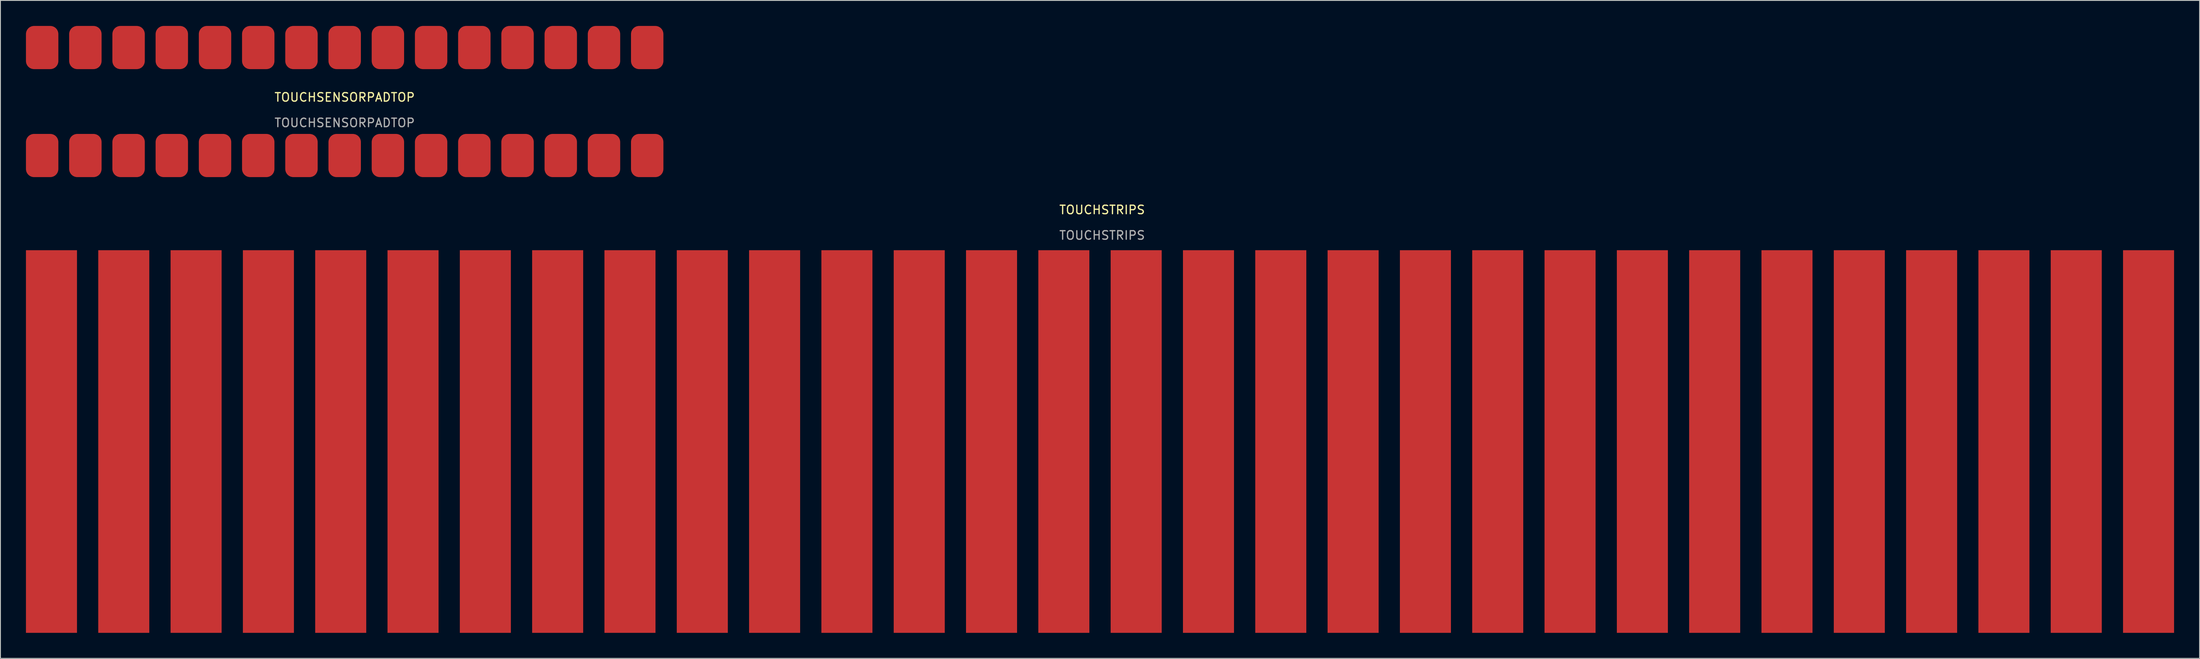
<source format=kicad_pcb>
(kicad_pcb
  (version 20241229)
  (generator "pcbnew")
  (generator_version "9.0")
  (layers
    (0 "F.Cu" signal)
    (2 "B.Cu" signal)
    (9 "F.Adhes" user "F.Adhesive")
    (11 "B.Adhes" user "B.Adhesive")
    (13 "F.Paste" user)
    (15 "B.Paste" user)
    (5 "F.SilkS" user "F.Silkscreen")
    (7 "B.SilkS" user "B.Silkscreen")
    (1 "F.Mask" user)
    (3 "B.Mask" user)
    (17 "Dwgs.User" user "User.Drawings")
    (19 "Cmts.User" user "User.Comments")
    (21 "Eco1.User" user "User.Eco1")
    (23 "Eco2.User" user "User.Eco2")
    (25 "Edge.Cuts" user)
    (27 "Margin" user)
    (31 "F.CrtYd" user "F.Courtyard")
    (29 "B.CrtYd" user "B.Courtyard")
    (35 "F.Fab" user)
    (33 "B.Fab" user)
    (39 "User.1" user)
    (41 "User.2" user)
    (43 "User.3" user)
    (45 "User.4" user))
  (footprint "TOUCHSTRIPS"
    (layer "F.Cu")
    (at 126.25 48.878)
    (property "Reference" "TOUCHSTRIPS" (at 0.25 -27.25 0) (unlocked yes) (layer "F.SilkS") (effects (font (size 1 1) (thickness 0.15))))
    (attr smd)
    (fp_text user "${REFERENCE}" (at 0.25 -24.25 0) (unlocked yes) (layer "F.Fab") (effects (font (size 1 1) (thickness 0.15))))
    (pad "1" smd rect (at -123.25 0) (size 6 45) (layers "F.Cu" "F.Mask" "F.Paste"))
    (pad "2" smd rect (at -114.75 0) (size 6 45) (layers "F.Cu" "F.Mask" "F.Paste"))
    (pad "3" smd rect (at -106.25 0) (size 6 45) (layers "F.Cu" "F.Mask" "F.Paste"))
    (pad "4" smd rect (at -97.75 0) (size 6 45) (layers "F.Cu" "F.Mask" "F.Paste"))
    (pad "5" smd rect (at -89.25 0) (size 6 45) (layers "F.Cu" "F.Mask" "F.Paste"))
    (pad "6" smd rect (at -80.75 0) (size 6 45) (layers "F.Cu" "F.Mask" "F.Paste"))
    (pad "7" smd rect (at -72.25 0) (size 6 45) (layers "F.Cu" "F.Mask" "F.Paste"))
    (pad "8" smd rect (at -63.75 0) (size 6 45) (layers "F.Cu" "F.Mask" "F.Paste"))
    (pad "9" smd rect (at -55.25 0) (size 6 45) (layers "F.Cu" "F.Mask" "F.Paste"))
    (pad "10" smd rect (at -46.75 0) (size 6 45) (layers "F.Cu" "F.Mask" "F.Paste"))
    (pad "11" smd rect (at -38.25 0) (size 6 45) (layers "F.Cu" "F.Mask" "F.Paste"))
    (pad "12" smd rect (at -29.75 0) (size 6 45) (layers "F.Cu" "F.Mask" "F.Paste"))
    (pad "13" smd rect (at -21.25 0) (size 6 45) (layers "F.Cu" "F.Mask" "F.Paste"))
    (pad "14" smd rect (at -12.75 0) (size 6 45) (layers "F.Cu" "F.Mask" "F.Paste"))
    (pad "15" smd rect (at -4.25 0) (size 6 45) (layers "F.Cu" "F.Mask" "F.Paste"))
    (pad "16" smd rect (at 4.25 0) (size 6 45) (layers "F.Cu" "F.Mask" "F.Paste"))
    (pad "17" smd rect (at 12.75 0) (size 6 45) (layers "F.Cu" "F.Mask" "F.Paste"))
    (pad "18" smd rect (at 21.25 0) (size 6 45) (layers "F.Cu" "F.Mask" "F.Paste"))
    (pad "19" smd rect (at 29.75 0) (size 6 45) (layers "F.Cu" "F.Mask" "F.Paste"))
    (pad "20" smd rect (at 38.25 0) (size 6 45) (layers "F.Cu" "F.Mask" "F.Paste"))
    (pad "21" smd rect (at 46.75 0) (size 6 45) (layers "F.Cu" "F.Mask" "F.Paste"))
    (pad "22" smd rect (at 55.25 0) (size 6 45) (layers "F.Cu" "F.Mask" "F.Paste"))
    (pad "23" smd rect (at 63.75 0) (size 6 45) (layers "F.Cu" "F.Mask" "F.Paste"))
    (pad "24" smd rect (at 72.25 0) (size 6 45) (layers "F.Cu" "F.Mask" "F.Paste"))
    (pad "25" smd rect (at 80.75 0) (size 6 45) (layers "F.Cu" "F.Mask" "F.Paste"))
    (pad "26" smd rect (at 89.25 0) (size 6 45) (layers "F.Cu" "F.Mask" "F.Paste"))
    (pad "27" smd rect (at 97.75 0) (size 6 45) (layers "F.Cu" "F.Mask" "F.Paste"))
    (pad "28" smd rect (at 106.25 0) (size 6 45) (layers "F.Cu" "F.Mask" "F.Paste"))
    (pad "29" smd rect (at 114.75 0) (size 6 45) (layers "F.Cu" "F.Mask" "F.Paste"))
    (pad "30" smd rect (at 123.25 0) (size 6 45) (layers "F.Cu" "F.Mask" "F.Paste")))
  (footprint "TOUCHSENSORPADTOP"
    (layer "F.Cu")
    (at 37.465 8.89)
    (property "Reference" "TOUCHSENSORPADTOP" (at 0 -0.5 0) (unlocked yes) (layer "F.SilkS") (effects (font (size 1 1) (thickness 0.15))))
    (attr smd)
    (fp_text user "${REFERENCE}" (at 0 2.5 0) (unlocked yes) (layer "F.Fab") (effects (font (size 1 1) (thickness 0.15))))
    (pad "1" smd roundrect (at -35.56 6.35) (size 3.81 5.08) (layers "F.Cu" "F.Mask" "F.Paste") (roundrect_rratio 0.25))
    (pad "2" smd roundrect (at -30.48 6.35) (size 3.81 5.08) (layers "F.Cu" "F.Mask" "F.Paste") (roundrect_rratio 0.25))
    (pad "3" smd roundrect (at -25.4 6.35) (size 3.81 5.08) (layers "F.Cu" "F.Mask" "F.Paste") (roundrect_rratio 0.25))
    (pad "4" smd roundrect (at -20.32 6.35) (size 3.81 5.08) (layers "F.Cu" "F.Mask" "F.Paste") (roundrect_rratio 0.25))
    (pad "5" smd roundrect (at -15.24 6.35) (size 3.81 5.08) (layers "F.Cu" "F.Mask" "F.Paste") (roundrect_rratio 0.25))
    (pad "6" smd roundrect (at -10.16 6.35) (size 3.81 5.08) (layers "F.Cu" "F.Mask" "F.Paste") (roundrect_rratio 0.25))
    (pad "7" smd roundrect (at -5.08 6.35) (size 3.81 5.08) (layers "F.Cu" "F.Mask" "F.Paste") (roundrect_rratio 0.25))
    (pad "8" smd roundrect (at 0 6.35) (size 3.81 5.08) (layers "F.Cu" "F.Mask" "F.Paste") (roundrect_rratio 0.25))
    (pad "9" smd roundrect (at 5.08 6.35) (size 3.81 5.08) (layers "F.Cu" "F.Mask" "F.Paste") (roundrect_rratio 0.25))
    (pad "10" smd roundrect (at 10.16 6.35) (size 3.81 5.08) (layers "F.Cu" "F.Mask" "F.Paste") (roundrect_rratio 0.25))
    (pad "11" smd roundrect (at 15.24 6.35) (size 3.81 5.08) (layers "F.Cu" "F.Mask" "F.Paste") (roundrect_rratio 0.25))
    (pad "12" smd roundrect (at 20.32 6.35) (size 3.81 5.08) (layers "F.Cu" "F.Mask" "F.Paste") (roundrect_rratio 0.25))
    (pad "13" smd roundrect (at 25.4 6.35) (size 3.81 5.08) (layers "F.Cu" "F.Mask" "F.Paste") (roundrect_rratio 0.25))
    (pad "14" smd roundrect (at 30.48 6.35) (size 3.81 5.08) (layers "F.Cu" "F.Mask" "F.Paste") (roundrect_rratio 0.25))
    (pad "15" smd roundrect (at 35.56 6.35) (size 3.81 5.08) (layers "F.Cu" "F.Mask" "F.Paste") (roundrect_rratio 0.25))
    (pad "16" smd roundrect (at -35.56 -6.35) (size 3.81 5.08) (layers "F.Cu" "F.Mask" "F.Paste") (roundrect_rratio 0.25))
    (pad "17" smd roundrect (at -30.48 -6.35) (size 3.81 5.08) (layers "F.Cu" "F.Mask" "F.Paste") (roundrect_rratio 0.25))
    (pad "18" smd roundrect (at -25.4 -6.35) (size 3.81 5.08) (layers "F.Cu" "F.Mask" "F.Paste") (roundrect_rratio 0.25))
    (pad "19" smd roundrect (at -20.32 -6.35) (size 3.81 5.08) (layers "F.Cu" "F.Mask" "F.Paste") (roundrect_rratio 0.25))
    (pad "20" smd roundrect (at -15.24 -6.35) (size 3.81 5.08) (layers "F.Cu" "F.Mask" "F.Paste") (roundrect_rratio 0.25))
    (pad "21" smd roundrect (at -10.16 -6.35) (size 3.81 5.08) (layers "F.Cu" "F.Mask" "F.Paste") (roundrect_rratio 0.25))
    (pad "22" smd roundrect (at -5.08 -6.35) (size 3.81 5.08) (layers "F.Cu" "F.Mask" "F.Paste") (roundrect_rratio 0.25))
    (pad "23" smd roundrect (at 0 -6.35) (size 3.81 5.08) (layers "F.Cu" "F.Mask" "F.Paste") (roundrect_rratio 0.25))
    (pad "24" smd roundrect (at 5.08 -6.35) (size 3.81 5.08) (layers "F.Cu" "F.Mask" "F.Paste") (roundrect_rratio 0.25))
    (pad "25" smd roundrect (at 10.16 -6.35) (size 3.81 5.08) (layers "F.Cu" "F.Mask" "F.Paste") (roundrect_rratio 0.25))
    (pad "26" smd roundrect (at 15.24 -6.35) (size 3.81 5.08) (layers "F.Cu" "F.Mask" "F.Paste") (roundrect_rratio 0.25))
    (pad "27" smd roundrect (at 20.32 -6.35) (size 3.81 5.08) (layers "F.Cu" "F.Mask" "F.Paste") (roundrect_rratio 0.25))
    (pad "28" smd roundrect (at 25.4 -6.35) (size 3.81 5.08) (layers "F.Cu" "F.Mask" "F.Paste") (roundrect_rratio 0.25))
    (pad "29" smd roundrect (at 30.48 -6.35) (size 3.81 5.08) (layers "F.Cu" "F.Mask" "F.Paste") (roundrect_rratio 0.25))
    (pad "30" smd roundrect (at 35.56 -6.35) (size 3.81 5.08) (layers "F.Cu" "F.Mask" "F.Paste") (roundrect_rratio 0.25)))
  (gr_rect
    (start -3 -3)
    (end 255.5 74.378)
    (stroke (width 0.1) (type default))
    (fill no)
    (layer "Edge.Cuts")))
</source>
